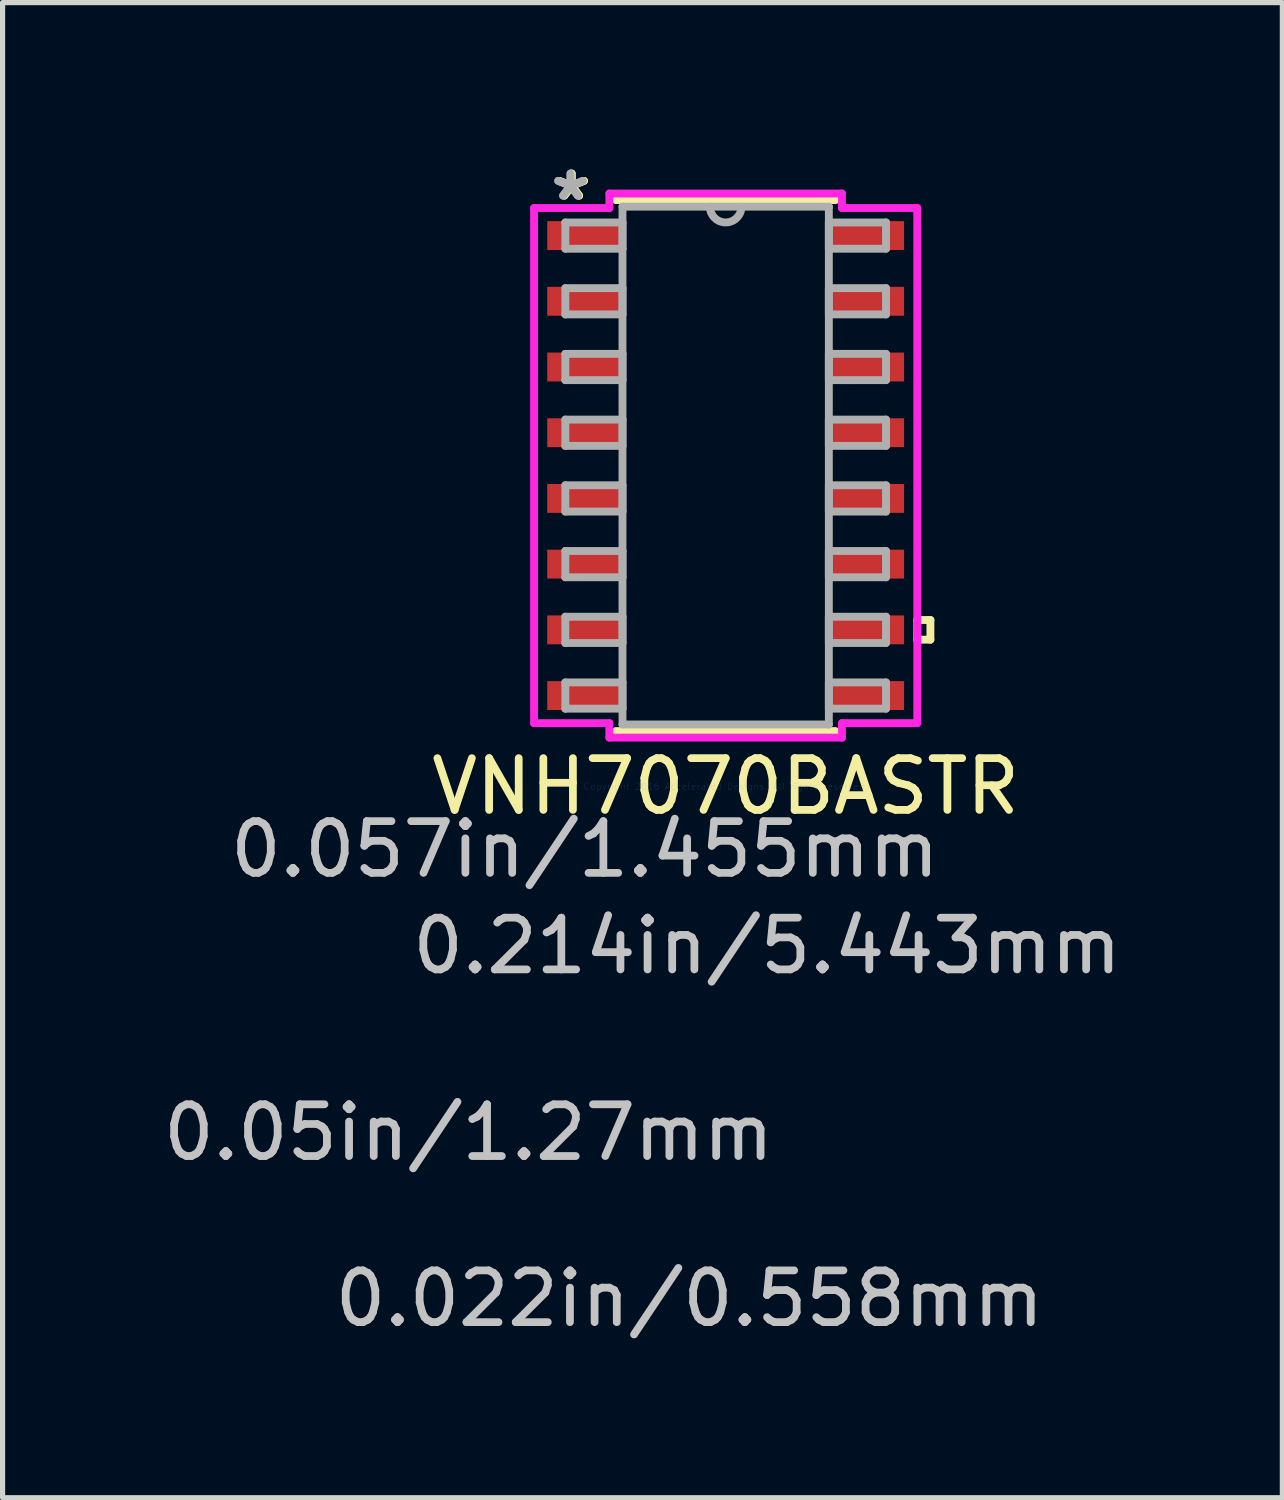
<source format=kicad_pcb>
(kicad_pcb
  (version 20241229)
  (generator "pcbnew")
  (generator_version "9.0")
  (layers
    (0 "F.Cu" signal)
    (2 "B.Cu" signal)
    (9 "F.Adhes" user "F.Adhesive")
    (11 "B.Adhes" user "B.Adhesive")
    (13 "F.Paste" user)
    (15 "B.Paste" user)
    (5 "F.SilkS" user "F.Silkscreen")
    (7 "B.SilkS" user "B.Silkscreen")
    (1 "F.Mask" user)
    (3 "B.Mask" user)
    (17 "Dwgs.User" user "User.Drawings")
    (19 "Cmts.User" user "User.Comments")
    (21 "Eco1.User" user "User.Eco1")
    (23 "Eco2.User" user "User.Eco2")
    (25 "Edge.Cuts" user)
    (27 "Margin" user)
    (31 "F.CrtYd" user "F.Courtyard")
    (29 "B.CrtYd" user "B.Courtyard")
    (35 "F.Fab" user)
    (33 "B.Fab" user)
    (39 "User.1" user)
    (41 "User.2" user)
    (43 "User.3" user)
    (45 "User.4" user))
  (footprint "VNH7070BASTR"
    (layer "F.Cu")
    (at 10.975 5.948)
    (property "Reference" "VNH7070BASTR" (at 0 6.2 0) (layer "F.SilkS") (effects (font (size 1 1) (thickness 0.15))))
    (attr through_hole)
    (fp_line (start -2.121 5.131) (end 2.121 5.131) (stroke (width 0.152) (type solid)) (layer "F.SilkS"))
    (fp_line (start 2.121 -5.131) (end -2.121 -5.131) (stroke (width 0.152) (type solid)) (layer "F.SilkS"))
    (fp_line (start 3.703 2.985) (end 3.957 2.985) (stroke (width 0.152) (type solid)) (layer "F.SilkS"))
    (fp_line (start 3.703 3.365) (end 3.703 2.985) (stroke (width 0.152) (type solid)) (layer "F.SilkS"))
    (fp_line (start 3.957 2.985) (end 3.957 3.365) (stroke (width 0.152) (type solid)) (layer "F.SilkS"))
    (fp_line (start 3.957 3.365) (end 3.703 3.365) (stroke (width 0.152) (type solid)) (layer "F.SilkS"))
    (fp_line (start -3.703 -4.978) (end -2.248 -4.978) (stroke (width 0.152) (type solid)) (layer "F.CrtYd"))
    (fp_line (start -3.703 4.978) (end -3.703 -4.978) (stroke (width 0.152) (type solid)) (layer "F.CrtYd"))
    (fp_line (start -2.248 -5.258) (end 2.248 -5.258) (stroke (width 0.152) (type solid)) (layer "F.CrtYd"))
    (fp_line (start -2.248 -4.978) (end -2.248 -5.258) (stroke (width 0.152) (type solid)) (layer "F.CrtYd"))
    (fp_line (start -2.248 4.978) (end -3.703 4.978) (stroke (width 0.152) (type solid)) (layer "F.CrtYd"))
    (fp_line (start -2.248 5.258) (end -2.248 4.978) (stroke (width 0.152) (type solid)) (layer "F.CrtYd"))
    (fp_line (start 2.248 -5.258) (end 2.248 -4.978) (stroke (width 0.152) (type solid)) (layer "F.CrtYd"))
    (fp_line (start 2.248 -4.978) (end 3.703 -4.978) (stroke (width 0.152) (type solid)) (layer "F.CrtYd"))
    (fp_line (start 2.248 4.978) (end 2.248 5.258) (stroke (width 0.152) (type solid)) (layer "F.CrtYd"))
    (fp_line (start 2.248 5.258) (end -2.248 5.258) (stroke (width 0.152) (type solid)) (layer "F.CrtYd"))
    (fp_line (start 3.703 -4.978) (end 3.703 4.978) (stroke (width 0.152) (type solid)) (layer "F.CrtYd"))
    (fp_line (start 3.703 4.978) (end 2.248 4.978) (stroke (width 0.152) (type solid)) (layer "F.CrtYd"))
    (fp_line (start -3.099 -4.699) (end -3.099 -4.191) (stroke (width 0.152) (type solid)) (layer "F.Fab"))
    (fp_line (start -3.099 -4.191) (end -1.994 -4.191) (stroke (width 0.152) (type solid)) (layer "F.Fab"))
    (fp_line (start -3.099 -3.429) (end -3.099 -2.921) (stroke (width 0.152) (type solid)) (layer "F.Fab"))
    (fp_line (start -3.099 -2.921) (end -1.994 -2.921) (stroke (width 0.152) (type solid)) (layer "F.Fab"))
    (fp_line (start -3.099 -2.159) (end -3.099 -1.651) (stroke (width 0.152) (type solid)) (layer "F.Fab"))
    (fp_line (start -3.099 -1.651) (end -1.994 -1.651) (stroke (width 0.152) (type solid)) (layer "F.Fab"))
    (fp_line (start -3.099 -0.889) (end -3.099 -0.381) (stroke (width 0.152) (type solid)) (layer "F.Fab"))
    (fp_line (start -3.099 -0.381) (end -1.994 -0.381) (stroke (width 0.152) (type solid)) (layer "F.Fab"))
    (fp_line (start -3.099 0.381) (end -3.099 0.889) (stroke (width 0.152) (type solid)) (layer "F.Fab"))
    (fp_line (start -3.099 0.889) (end -1.994 0.889) (stroke (width 0.152) (type solid)) (layer "F.Fab"))
    (fp_line (start -3.099 1.651) (end -3.099 2.159) (stroke (width 0.152) (type solid)) (layer "F.Fab"))
    (fp_line (start -3.099 2.159) (end -1.994 2.159) (stroke (width 0.152) (type solid)) (layer "F.Fab"))
    (fp_line (start -3.099 2.921) (end -3.099 3.429) (stroke (width 0.152) (type solid)) (layer "F.Fab"))
    (fp_line (start -3.099 3.429) (end -1.994 3.429) (stroke (width 0.152) (type solid)) (layer "F.Fab"))
    (fp_line (start -3.099 4.191) (end -3.099 4.699) (stroke (width 0.152) (type solid)) (layer "F.Fab"))
    (fp_line (start -3.099 4.699) (end -1.994 4.699) (stroke (width 0.152) (type solid)) (layer "F.Fab"))
    (fp_line (start -1.994 -5.004) (end -1.994 5.004) (stroke (width 0.152) (type solid)) (layer "F.Fab"))
    (fp_line (start -1.994 -4.699) (end -3.099 -4.699) (stroke (width 0.152) (type solid)) (layer "F.Fab"))
    (fp_line (start -1.994 -4.191) (end -1.994 -4.699) (stroke (width 0.152) (type solid)) (layer "F.Fab"))
    (fp_line (start -1.994 -3.429) (end -3.099 -3.429) (stroke (width 0.152) (type solid)) (layer "F.Fab"))
    (fp_line (start -1.994 -2.921) (end -1.994 -3.429) (stroke (width 0.152) (type solid)) (layer "F.Fab"))
    (fp_line (start -1.994 -2.159) (end -3.099 -2.159) (stroke (width 0.152) (type solid)) (layer "F.Fab"))
    (fp_line (start -1.994 -1.651) (end -1.994 -2.159) (stroke (width 0.152) (type solid)) (layer "F.Fab"))
    (fp_line (start -1.994 -0.889) (end -3.099 -0.889) (stroke (width 0.152) (type solid)) (layer "F.Fab"))
    (fp_line (start -1.994 -0.381) (end -1.994 -0.889) (stroke (width 0.152) (type solid)) (layer "F.Fab"))
    (fp_line (start -1.994 0.381) (end -3.099 0.381) (stroke (width 0.152) (type solid)) (layer "F.Fab"))
    (fp_line (start -1.994 0.889) (end -1.994 0.381) (stroke (width 0.152) (type solid)) (layer "F.Fab"))
    (fp_line (start -1.994 1.651) (end -3.099 1.651) (stroke (width 0.152) (type solid)) (layer "F.Fab"))
    (fp_line (start -1.994 2.159) (end -1.994 1.651) (stroke (width 0.152) (type solid)) (layer "F.Fab"))
    (fp_line (start -1.994 2.921) (end -3.099 2.921) (stroke (width 0.152) (type solid)) (layer "F.Fab"))
    (fp_line (start -1.994 3.429) (end -1.994 2.921) (stroke (width 0.152) (type solid)) (layer "F.Fab"))
    (fp_line (start -1.994 4.191) (end -3.099 4.191) (stroke (width 0.152) (type solid)) (layer "F.Fab"))
    (fp_line (start -1.994 4.699) (end -1.994 4.191) (stroke (width 0.152) (type solid)) (layer "F.Fab"))
    (fp_line (start -1.994 5.004) (end 1.994 5.004) (stroke (width 0.152) (type solid)) (layer "F.Fab"))
    (fp_line (start 1.994 -5.004) (end -1.994 -5.004) (stroke (width 0.152) (type solid)) (layer "F.Fab"))
    (fp_line (start 1.994 -4.699) (end 1.994 -4.191) (stroke (width 0.152) (type solid)) (layer "F.Fab"))
    (fp_line (start 1.994 -4.191) (end 3.099 -4.191) (stroke (width 0.152) (type solid)) (layer "F.Fab"))
    (fp_line (start 1.994 -3.429) (end 1.994 -2.921) (stroke (width 0.152) (type solid)) (layer "F.Fab"))
    (fp_line (start 1.994 -2.921) (end 3.099 -2.921) (stroke (width 0.152) (type solid)) (layer "F.Fab"))
    (fp_line (start 1.994 -2.159) (end 1.994 -1.651) (stroke (width 0.152) (type solid)) (layer "F.Fab"))
    (fp_line (start 1.994 -1.651) (end 3.099 -1.651) (stroke (width 0.152) (type solid)) (layer "F.Fab"))
    (fp_line (start 1.994 -0.889) (end 1.994 -0.381) (stroke (width 0.152) (type solid)) (layer "F.Fab"))
    (fp_line (start 1.994 -0.381) (end 3.099 -0.381) (stroke (width 0.152) (type solid)) (layer "F.Fab"))
    (fp_line (start 1.994 0.381) (end 1.994 0.889) (stroke (width 0.152) (type solid)) (layer "F.Fab"))
    (fp_line (start 1.994 0.889) (end 3.099 0.889) (stroke (width 0.152) (type solid)) (layer "F.Fab"))
    (fp_line (start 1.994 1.651) (end 1.994 2.159) (stroke (width 0.152) (type solid)) (layer "F.Fab"))
    (fp_line (start 1.994 2.159) (end 3.099 2.159) (stroke (width 0.152) (type solid)) (layer "F.Fab"))
    (fp_line (start 1.994 2.921) (end 1.994 3.429) (stroke (width 0.152) (type solid)) (layer "F.Fab"))
    (fp_line (start 1.994 3.429) (end 3.099 3.429) (stroke (width 0.152) (type solid)) (layer "F.Fab"))
    (fp_line (start 1.994 4.191) (end 1.994 4.699) (stroke (width 0.152) (type solid)) (layer "F.Fab"))
    (fp_line (start 1.994 4.699) (end 3.099 4.699) (stroke (width 0.152) (type solid)) (layer "F.Fab"))
    (fp_line (start 1.994 5.004) (end 1.994 -5.004) (stroke (width 0.152) (type solid)) (layer "F.Fab"))
    (fp_line (start 3.099 -4.699) (end 1.994 -4.699) (stroke (width 0.152) (type solid)) (layer "F.Fab"))
    (fp_line (start 3.099 -4.191) (end 3.099 -4.699) (stroke (width 0.152) (type solid)) (layer "F.Fab"))
    (fp_line (start 3.099 -3.429) (end 1.994 -3.429) (stroke (width 0.152) (type solid)) (layer "F.Fab"))
    (fp_line (start 3.099 -2.921) (end 3.099 -3.429) (stroke (width 0.152) (type solid)) (layer "F.Fab"))
    (fp_line (start 3.099 -2.159) (end 1.994 -2.159) (stroke (width 0.152) (type solid)) (layer "F.Fab"))
    (fp_line (start 3.099 -1.651) (end 3.099 -2.159) (stroke (width 0.152) (type solid)) (layer "F.Fab"))
    (fp_line (start 3.099 -0.889) (end 1.994 -0.889) (stroke (width 0.152) (type solid)) (layer "F.Fab"))
    (fp_line (start 3.099 -0.381) (end 3.099 -0.889) (stroke (width 0.152) (type solid)) (layer "F.Fab"))
    (fp_line (start 3.099 0.381) (end 1.994 0.381) (stroke (width 0.152) (type solid)) (layer "F.Fab"))
    (fp_line (start 3.099 0.889) (end 3.099 0.381) (stroke (width 0.152) (type solid)) (layer "F.Fab"))
    (fp_line (start 3.099 1.651) (end 1.994 1.651) (stroke (width 0.152) (type solid)) (layer "F.Fab"))
    (fp_line (start 3.099 2.159) (end 3.099 1.651) (stroke (width 0.152) (type solid)) (layer "F.Fab"))
    (fp_line (start 3.099 2.921) (end 1.994 2.921) (stroke (width 0.152) (type solid)) (layer "F.Fab"))
    (fp_line (start 3.099 3.429) (end 3.099 2.921) (stroke (width 0.152) (type solid)) (layer "F.Fab"))
    (fp_line (start 3.099 4.191) (end 1.994 4.191) (stroke (width 0.152) (type solid)) (layer "F.Fab"))
    (fp_line (start 3.099 4.699) (end 3.099 4.191) (stroke (width 0.152) (type solid)) (layer "F.Fab"))
    (fp_arc (start 0.3048 -5.0038) (mid 0 -4.699) (end -0.3048 -5.0038) (stroke (width 0.1524) (type solid)) (layer "F.Fab"))
    (fp_text user "*" (at -2.975 -5.1 0) (layer "F.SilkS") (effects (font (size 1 1) (thickness 0.15))))
    (fp_text user "*" (at -2.975 -5.1 0) (layer "F.SilkS") (effects (font (size 1 1) (thickness 0.15))))
    (fp_text user "0.05in/1.27mm" (at -4.969 12.89 0) (layer "Dwgs.User") (effects (font (size 1 1) (thickness 0.15))))
    (fp_text user "0.022in/0.558mm" (at -0.7 16.1 0) (layer "Dwgs.User") (effects (font (size 1 1) (thickness 0.15))))
    (fp_text user "0.214in/5.443mm" (at 0.8 9.283 0) (layer "Dwgs.User") (effects (font (size 1 1) (thickness 0.15))))
    (fp_text user "0.057in/1.455mm" (at -2.721 7.417 0) (layer "Dwgs.User") (effects (font (size 1 1) (thickness 0.15))))
    (fp_text user "Copyright 2016 Accelerated Designs. All rights reserved." (at 0 6.2 0) (layer "Cmts.User") (effects (font (size 0.127 0.127) (thickness 0.002))))
    (fp_text user "*" (at -3 -5.1 0) (layer "F.Fab") (effects (font (size 1 1) (thickness 0.15))))
    (fp_text user "*" (at -3 -5.1 0) (layer "F.Fab") (effects (font (size 1 1) (thickness 0.15))))
    (pad "1" smd rect (at -2.721 -4.445) (size 1.455 0.558) (layers "F.Cu" "F.Mask" "F.Paste"))
    (pad "2" smd rect (at -2.721 -3.175) (size 1.455 0.558) (layers "F.Cu" "F.Mask" "F.Paste"))
    (pad "3" smd rect (at -2.721 -1.905) (size 1.455 0.558) (layers "F.Cu" "F.Mask" "F.Paste"))
    (pad "4" smd rect (at -2.721 -0.635) (size 1.455 0.558) (layers "F.Cu" "F.Mask" "F.Paste"))
    (pad "5" smd rect (at -2.721 0.635) (size 1.455 0.558) (layers "F.Cu" "F.Mask" "F.Paste"))
    (pad "6" smd rect (at -2.721 1.905) (size 1.455 0.558) (layers "F.Cu" "F.Mask" "F.Paste"))
    (pad "7" smd rect (at -2.721 3.175) (size 1.455 0.558) (layers "F.Cu" "F.Mask" "F.Paste"))
    (pad "8" smd rect (at -2.721 4.445) (size 1.455 0.558) (layers "F.Cu" "F.Mask" "F.Paste"))
    (pad "9" smd rect (at 2.721 4.445) (size 1.455 0.558) (layers "F.Cu" "F.Mask" "F.Paste"))
    (pad "10" smd rect (at 2.721 3.175) (size 1.455 0.558) (layers "F.Cu" "F.Mask" "F.Paste"))
    (pad "11" smd rect (at 2.721 1.905) (size 1.455 0.558) (layers "F.Cu" "F.Mask" "F.Paste"))
    (pad "12" smd rect (at 2.721 0.635) (size 1.455 0.558) (layers "F.Cu" "F.Mask" "F.Paste"))
    (pad "13" smd rect (at 2.721 -0.635) (size 1.455 0.558) (layers "F.Cu" "F.Mask" "F.Paste"))
    (pad "14" smd rect (at 2.721 -1.905) (size 1.455 0.558) (layers "F.Cu" "F.Mask" "F.Paste"))
    (pad "15" smd rect (at 2.721 -3.175) (size 1.455 0.558) (layers "F.Cu" "F.Mask" "F.Paste"))
    (pad "16" smd rect (at 2.721 -4.445) (size 1.455 0.558) (layers "F.Cu" "F.Mask" "F.Paste")))
  (gr_rect
    (start -3 -3)
    (end 21.734 25.896)
    (stroke (width 0.1) (type default))
    (fill no)
    (layer "Edge.Cuts")))
</source>
